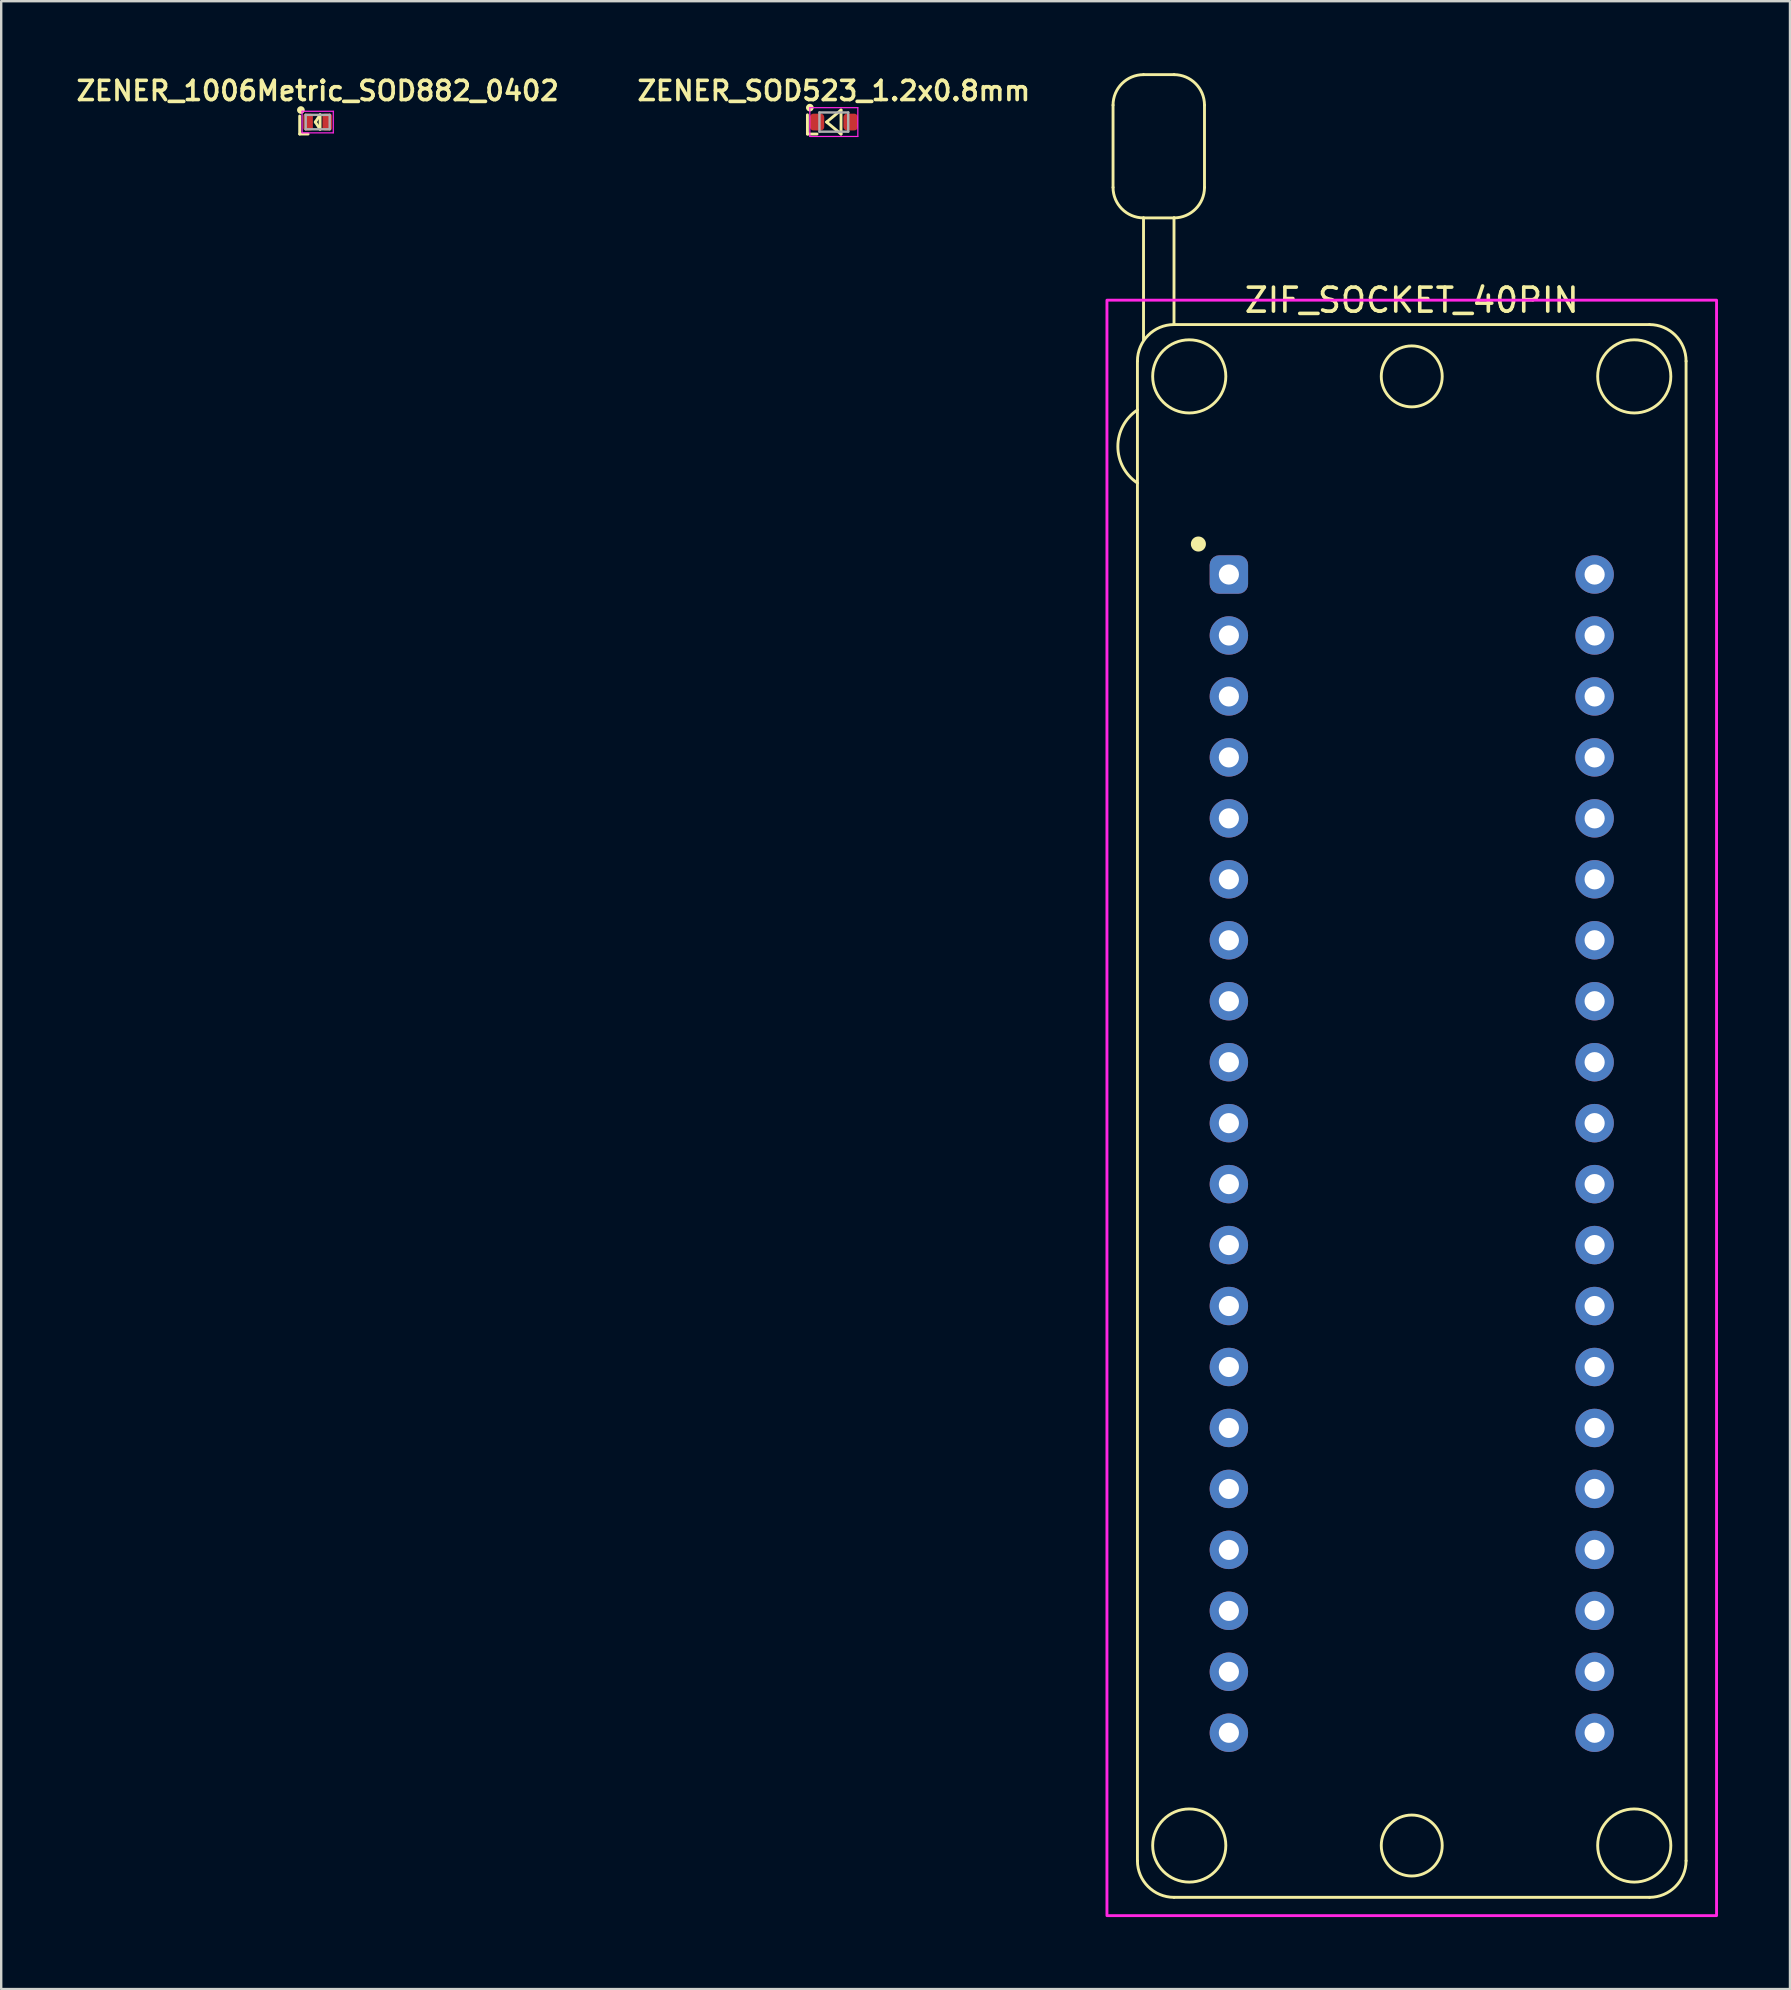
<source format=kicad_pcb>
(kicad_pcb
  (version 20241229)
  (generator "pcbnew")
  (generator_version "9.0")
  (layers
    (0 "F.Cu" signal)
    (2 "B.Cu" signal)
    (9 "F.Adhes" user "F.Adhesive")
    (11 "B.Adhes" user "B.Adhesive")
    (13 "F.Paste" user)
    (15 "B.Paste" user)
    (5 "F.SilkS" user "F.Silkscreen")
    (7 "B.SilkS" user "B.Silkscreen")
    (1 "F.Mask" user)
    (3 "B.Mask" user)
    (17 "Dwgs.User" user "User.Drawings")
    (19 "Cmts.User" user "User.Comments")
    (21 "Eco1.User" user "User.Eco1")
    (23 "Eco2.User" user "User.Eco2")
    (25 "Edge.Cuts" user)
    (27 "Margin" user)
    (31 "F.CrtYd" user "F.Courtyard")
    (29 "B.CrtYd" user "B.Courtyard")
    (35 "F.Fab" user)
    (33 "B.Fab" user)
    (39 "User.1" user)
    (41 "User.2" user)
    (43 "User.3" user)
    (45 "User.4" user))
  (footprint "ZIF_SOCKET_40PIN"
    (layer "F.Cu")
    (at 48.153 20.888)
    (property "Reference" "ZIF_SOCKET_40PIN" (at 7.62 -11.43 0) (unlocked yes) (layer "F.SilkS") (effects (font (size 1 1) (thickness 0.15))))
    (attr through_hole)
    (fp_line (start -4.826 -19.558) (end -4.826 -16.129) (stroke (width 0.12) (type solid)) (layer "F.SilkS"))
    (fp_line (start -3.81 53.594) (end -3.81 -8.89) (stroke (width 0.12) (type solid)) (layer "F.SilkS"))
    (fp_line (start -3.556 -20.828) (end -2.286 -20.828) (stroke (width 0.12) (type solid)) (layer "F.SilkS"))
    (fp_line (start -3.556 -14.859) (end -2.286 -14.859) (stroke (width 0.12) (type solid)) (layer "F.SilkS"))
    (fp_line (start -3.556 -9.779) (end -3.556 -14.859) (stroke (width 0.12) (type solid)) (layer "F.SilkS"))
    (fp_line (start -2.286 -14.859) (end -2.286 -10.414) (stroke (width 0.12) (type solid)) (layer "F.SilkS"))
    (fp_line (start -2.286 -10.414) (end 17.526 -10.414) (stroke (width 0.12) (type solid)) (layer "F.SilkS"))
    (fp_line (start -1.016 -19.558) (end -1.016 -16.129) (stroke (width 0.12) (type solid)) (layer "F.SilkS"))
    (fp_line (start 17.526 55.118) (end -2.286 55.118) (stroke (width 0.12) (type solid)) (layer "F.SilkS"))
    (fp_line (start 19.05 -8.89) (end 19.05 53.594) (stroke (width 0.12) (type solid)) (layer "F.SilkS"))
    (fp_arc (start -4.825999 -19.557999) (mid -4.454025 -20.456025) (end -3.555999 -20.827999) (stroke (width 0.12) (type solid)) (layer "F.SilkS"))
    (fp_arc (start -3.81 -8.89) (mid -3.363631 -9.967631) (end -2.286 -10.414) (stroke (width 0.12) (type solid)) (layer "F.SilkS"))
    (fp_arc (start -3.81 -3.81) (mid -4.62562 -5.334) (end -3.81 -6.858) (stroke (width 0.12) (type solid)) (layer "F.SilkS"))
    (fp_arc (start -3.555999 -14.859001) (mid -4.454025 -15.230975) (end -4.825999 -16.129001) (stroke (width 0.12) (type solid)) (layer "F.SilkS"))
    (fp_arc (start -2.286001 -20.827999) (mid -1.387975 -20.456025) (end -1.016001 -19.557999) (stroke (width 0.12) (type solid)) (layer "F.SilkS"))
    (fp_arc (start -2.286 55.118) (mid -3.363631 54.671631) (end -3.81 53.594) (stroke (width 0.12) (type solid)) (layer "F.SilkS"))
    (fp_arc (start -1.016001 -16.129001) (mid -1.387975 -15.230975) (end -2.286001 -14.859001) (stroke (width 0.12) (type solid)) (layer "F.SilkS"))
    (fp_arc (start 17.526 -10.414) (mid 18.603631 -9.967631) (end 19.05 -8.89) (stroke (width 0.12) (type solid)) (layer "F.SilkS"))
    (fp_arc (start 19.05 53.594) (mid 18.603631 54.671631) (end 17.526 55.118) (stroke (width 0.12) (type solid)) (layer "F.SilkS"))
    (fp_circle (center -1.651 -8.255) (end -3.175 -8.255) (stroke (width 0.12) (type solid)) (fill no) (layer "F.SilkS"))
    (fp_circle (center -1.651 52.959) (end -3.175 52.959) (stroke (width 0.12) (type solid)) (fill no) (layer "F.SilkS"))
    (fp_circle (center -1.27 -1.27) (end -1.016 -1.27) (stroke (width 0.12) (type solid)) (fill yes) (layer "F.SilkS"))
    (fp_circle (center 7.62 -8.255) (end 7.62 -9.525) (stroke (width 0.12) (type solid)) (fill no) (layer "F.SilkS"))
    (fp_circle (center 7.62 52.959) (end 7.62 54.229) (stroke (width 0.12) (type solid)) (fill no) (layer "F.SilkS"))
    (fp_circle (center 16.891 -8.255) (end 15.367 -8.255) (stroke (width 0.12) (type solid)) (fill no) (layer "F.SilkS"))
    (fp_circle (center 16.891 52.959) (end 15.367 52.959) (stroke (width 0.12) (type solid)) (fill no) (layer "F.SilkS"))
    (fp_rect (start -5.08 -11.43) (end 20.32 55.88) (stroke (width 0.12) (type solid)) (fill no) (layer "F.CrtYd"))
    (pad "1" thru_hole roundrect (at 0 0) (size 1.6 1.6) (drill 0.84) (layers "*.Cu" "*.Mask") (roundrect_rratio 0.25))
    (pad "2" thru_hole circle (at 0 2.54) (size 1.6 1.6) (drill 0.84) (layers "*.Cu" "*.Mask"))
    (pad "3" thru_hole circle (at 0 5.08) (size 1.6 1.6) (drill 0.84) (layers "*.Cu" "*.Mask"))
    (pad "4" thru_hole circle (at 0 7.62) (size 1.6 1.6) (drill 0.84) (layers "*.Cu" "*.Mask"))
    (pad "5" thru_hole circle (at 0 10.16) (size 1.6 1.6) (drill 0.84) (layers "*.Cu" "*.Mask"))
    (pad "6" thru_hole circle (at 0 12.7) (size 1.6 1.6) (drill 0.84) (layers "*.Cu" "*.Mask"))
    (pad "7" thru_hole circle (at 0 15.24) (size 1.6 1.6) (drill 0.84) (layers "*.Cu" "*.Mask"))
    (pad "8" thru_hole circle (at 0 17.78) (size 1.6 1.6) (drill 0.84) (layers "*.Cu" "*.Mask"))
    (pad "9" thru_hole circle (at 0 20.32) (size 1.6 1.6) (drill 0.84) (layers "*.Cu" "*.Mask"))
    (pad "10" thru_hole circle (at 0 22.86) (size 1.6 1.6) (drill 0.84) (layers "*.Cu" "*.Mask"))
    (pad "11" thru_hole circle (at 0 25.4) (size 1.6 1.6) (drill 0.84) (layers "*.Cu" "*.Mask"))
    (pad "12" thru_hole circle (at 0 27.94) (size 1.6 1.6) (drill 0.84) (layers "*.Cu" "*.Mask"))
    (pad "13" thru_hole circle (at 0 30.48) (size 1.6 1.6) (drill 0.84) (layers "*.Cu" "*.Mask"))
    (pad "14" thru_hole circle (at 0 33.02) (size 1.6 1.6) (drill 0.84) (layers "*.Cu" "*.Mask"))
    (pad "15" thru_hole circle (at 0 35.56) (size 1.6 1.6) (drill 0.84) (layers "*.Cu" "*.Mask"))
    (pad "16" thru_hole circle (at 0 38.1) (size 1.6 1.6) (drill 0.84) (layers "*.Cu" "*.Mask"))
    (pad "17" thru_hole circle (at 0 40.64) (size 1.6 1.6) (drill 0.84) (layers "*.Cu" "*.Mask"))
    (pad "18" thru_hole circle (at 0 43.18) (size 1.6 1.6) (drill 0.84) (layers "*.Cu" "*.Mask"))
    (pad "19" thru_hole circle (at 0 45.72) (size 1.6 1.6) (drill 0.84) (layers "*.Cu" "*.Mask"))
    (pad "20" thru_hole circle (at 0 48.26) (size 1.6 1.6) (drill 0.84) (layers "*.Cu" "*.Mask"))
    (pad "21" thru_hole circle (at 15.24 48.26) (size 1.6 1.6) (drill 0.84) (layers "*.Cu" "*.Mask"))
    (pad "22" thru_hole circle (at 15.24 45.72) (size 1.6 1.6) (drill 0.84) (layers "*.Cu" "*.Mask"))
    (pad "23" thru_hole circle (at 15.24 43.18) (size 1.6 1.6) (drill 0.84) (layers "*.Cu" "*.Mask"))
    (pad "24" thru_hole circle (at 15.24 40.64) (size 1.6 1.6) (drill 0.84) (layers "*.Cu" "*.Mask"))
    (pad "25" thru_hole circle (at 15.24 38.1) (size 1.6 1.6) (drill 0.84) (layers "*.Cu" "*.Mask"))
    (pad "26" thru_hole circle (at 15.24 35.56) (size 1.6 1.6) (drill 0.84) (layers "*.Cu" "*.Mask"))
    (pad "27" thru_hole circle (at 15.24 33.02) (size 1.6 1.6) (drill 0.84) (layers "*.Cu" "*.Mask"))
    (pad "28" thru_hole circle (at 15.24 30.48) (size 1.6 1.6) (drill 0.84) (layers "*.Cu" "*.Mask"))
    (pad "29" thru_hole circle (at 15.24 27.94) (size 1.6 1.6) (drill 0.84) (layers "*.Cu" "*.Mask"))
    (pad "30" thru_hole circle (at 15.24 25.4) (size 1.6 1.6) (drill 0.84) (layers "*.Cu" "*.Mask"))
    (pad "31" thru_hole circle (at 15.24 22.86) (size 1.6 1.6) (drill 0.84) (layers "*.Cu" "*.Mask"))
    (pad "32" thru_hole circle (at 15.24 20.32) (size 1.6 1.6) (drill 0.84) (layers "*.Cu" "*.Mask"))
    (pad "33" thru_hole circle (at 15.24 17.78) (size 1.6 1.6) (drill 0.84) (layers "*.Cu" "*.Mask"))
    (pad "34" thru_hole circle (at 15.24 15.24) (size 1.6 1.6) (drill 0.84) (layers "*.Cu" "*.Mask"))
    (pad "35" thru_hole circle (at 15.24 12.7) (size 1.6 1.6) (drill 0.84) (layers "*.Cu" "*.Mask"))
    (pad "36" thru_hole circle (at 15.24 10.16) (size 1.6 1.6) (drill 0.84) (layers "*.Cu" "*.Mask"))
    (pad "37" thru_hole circle (at 15.24 7.62) (size 1.6 1.6) (drill 0.84) (layers "*.Cu" "*.Mask"))
    (pad "38" thru_hole circle (at 15.24 5.08) (size 1.6 1.6) (drill 0.84) (layers "*.Cu" "*.Mask"))
    (pad "39" thru_hole circle (at 15.24 2.54) (size 1.6 1.6) (drill 0.84) (layers "*.Cu" "*.Mask"))
    (pad "40" thru_hole circle (at 15.24 0) (size 1.6 1.6) (drill 0.84) (layers "*.Cu" "*.Mask")))
  (footprint "ZENER_1006Metric_SOD882_0402"
    (layer "F.Cu")
    (at 10.187 2.035)
    (property "Reference" "ZENER_1006Metric_SOD882_0402" (at 0 -1.3 0) (layer "F.SilkS") (effects (font (size 0.8 0.8) (thickness 0.152))))
    (attr smd)
    (fp_line (start -0.75 -0.25) (end -0.75 0.5) (stroke (width 0.12) (type solid)) (layer "F.SilkS"))
    (fp_line (start -0.75 0.5) (end -0.4 0.5) (stroke (width 0.12) (type solid)) (layer "F.SilkS"))
    (fp_line (start -0.1 0) (end 0.1 -0.3) (stroke (width 0.12) (type solid)) (layer "F.SilkS"))
    (fp_line (start 0.1 -0.3) (end 0.1 0.3) (stroke (width 0.12) (type solid)) (layer "F.SilkS"))
    (fp_line (start 0.1 0.3) (end -0.1 0) (stroke (width 0.12) (type solid)) (layer "F.SilkS"))
    (fp_circle (center -0.7 -0.5) (end -0.6 -0.5) (stroke (width 0.12) (type solid)) (fill yes) (layer "F.SilkS"))
    (fp_line (start -0.65 -0.45) (end 0.65 -0.45) (stroke (width 0.05) (type solid)) (layer "F.CrtYd"))
    (fp_line (start -0.65 0.45) (end -0.65 -0.45) (stroke (width 0.05) (type solid)) (layer "F.CrtYd"))
    (fp_line (start 0.65 -0.45) (end 0.65 0.45) (stroke (width 0.05) (type solid)) (layer "F.CrtYd"))
    (fp_line (start 0.65 0.45) (end -0.65 0.45) (stroke (width 0.05) (type solid)) (layer "F.CrtYd"))
    (fp_line (start -0.5 -0.3) (end 0.5 -0.3) (stroke (width 0.1) (type solid)) (layer "F.Fab"))
    (fp_line (start -0.5 0.3) (end -0.5 -0.3) (stroke (width 0.1) (type solid)) (layer "F.Fab"))
    (fp_line (start 0.5 -0.3) (end 0.5 0.3) (stroke (width 0.1) (type solid)) (layer "F.Fab"))
    (fp_line (start 0.5 0.3) (end -0.5 0.3) (stroke (width 0.1) (type solid)) (layer "F.Fab"))
    (pad "1" smd roundrect (at -0.4 0) (size 0.4 0.7) (layers "F.Cu" "F.Mask" "F.Paste") (roundrect_rratio 0.25))
    (pad "2" smd roundrect (at 0.4 0) (size 0.4 0.7) (layers "F.Cu" "F.Mask" "F.Paste") (roundrect_rratio 0.25)))
  (footprint "ZENER_SOD523_1.2x0.8mm"
    (layer "F.Cu")
    (at 31.693 2.035)
    (property "Reference" "ZENER_SOD523_1.2x0.8mm" (at 0 -1.3 0) (layer "F.SilkS") (effects (font (size 0.8 0.8) (thickness 0.152))))
    (attr smd)
    (fp_line (start -1.1 -0.3) (end -1.1 0.5) (stroke (width 0.12) (type solid)) (layer "F.SilkS"))
    (fp_line (start -1.1 0.5) (end -0.7 0.5) (stroke (width 0.12) (type solid)) (layer "F.SilkS"))
    (fp_line (start -0.3 0) (end 0.3 -0.5) (stroke (width 0.12) (type solid)) (layer "F.SilkS"))
    (fp_line (start 0.3 -0.5) (end 0.3 0.5) (stroke (width 0.12) (type solid)) (layer "F.SilkS"))
    (fp_line (start 0.3 0.5) (end -0.3 0) (stroke (width 0.12) (type solid)) (layer "F.SilkS"))
    (fp_circle (center -1 -0.6) (end -0.9 -0.6) (stroke (width 0.12) (type solid)) (fill yes) (layer "F.SilkS"))
    (fp_line (start -1 -0.6) (end 1 -0.6) (stroke (width 0.05) (type solid)) (layer "F.CrtYd"))
    (fp_line (start -1 0.6) (end -1 -0.6) (stroke (width 0.05) (type solid)) (layer "F.CrtYd"))
    (fp_line (start 1 -0.6) (end 1 0.6) (stroke (width 0.05) (type solid)) (layer "F.CrtYd"))
    (fp_line (start 1 0.6) (end -1 0.6) (stroke (width 0.05) (type solid)) (layer "F.CrtYd"))
    (fp_line (start -0.6 -0.4) (end 0.6 -0.4) (stroke (width 0.1) (type solid)) (layer "F.Fab"))
    (fp_line (start -0.6 0.4) (end -0.6 -0.4) (stroke (width 0.1) (type solid)) (layer "F.Fab"))
    (fp_line (start 0.6 -0.4) (end 0.6 0.4) (stroke (width 0.1) (type solid)) (layer "F.Fab"))
    (fp_line (start 0.6 0.4) (end -0.6 0.4) (stroke (width 0.1) (type solid)) (layer "F.Fab"))
    (pad "1" smd roundrect (at -0.7 0) (size 0.6 0.7) (layers "F.Cu" "F.Mask" "F.Paste") (roundrect_rratio 0.25))
    (pad "2" smd roundrect (at 0.7 0) (size 0.6 0.7) (layers "F.Cu" "F.Mask" "F.Paste") (roundrect_rratio 0.25)))
  (gr_rect
    (start -3 -3)
    (end 71.533 79.828)
    (stroke (width 0.1) (type default))
    (fill no)
    (layer "Edge.Cuts")))
</source>
